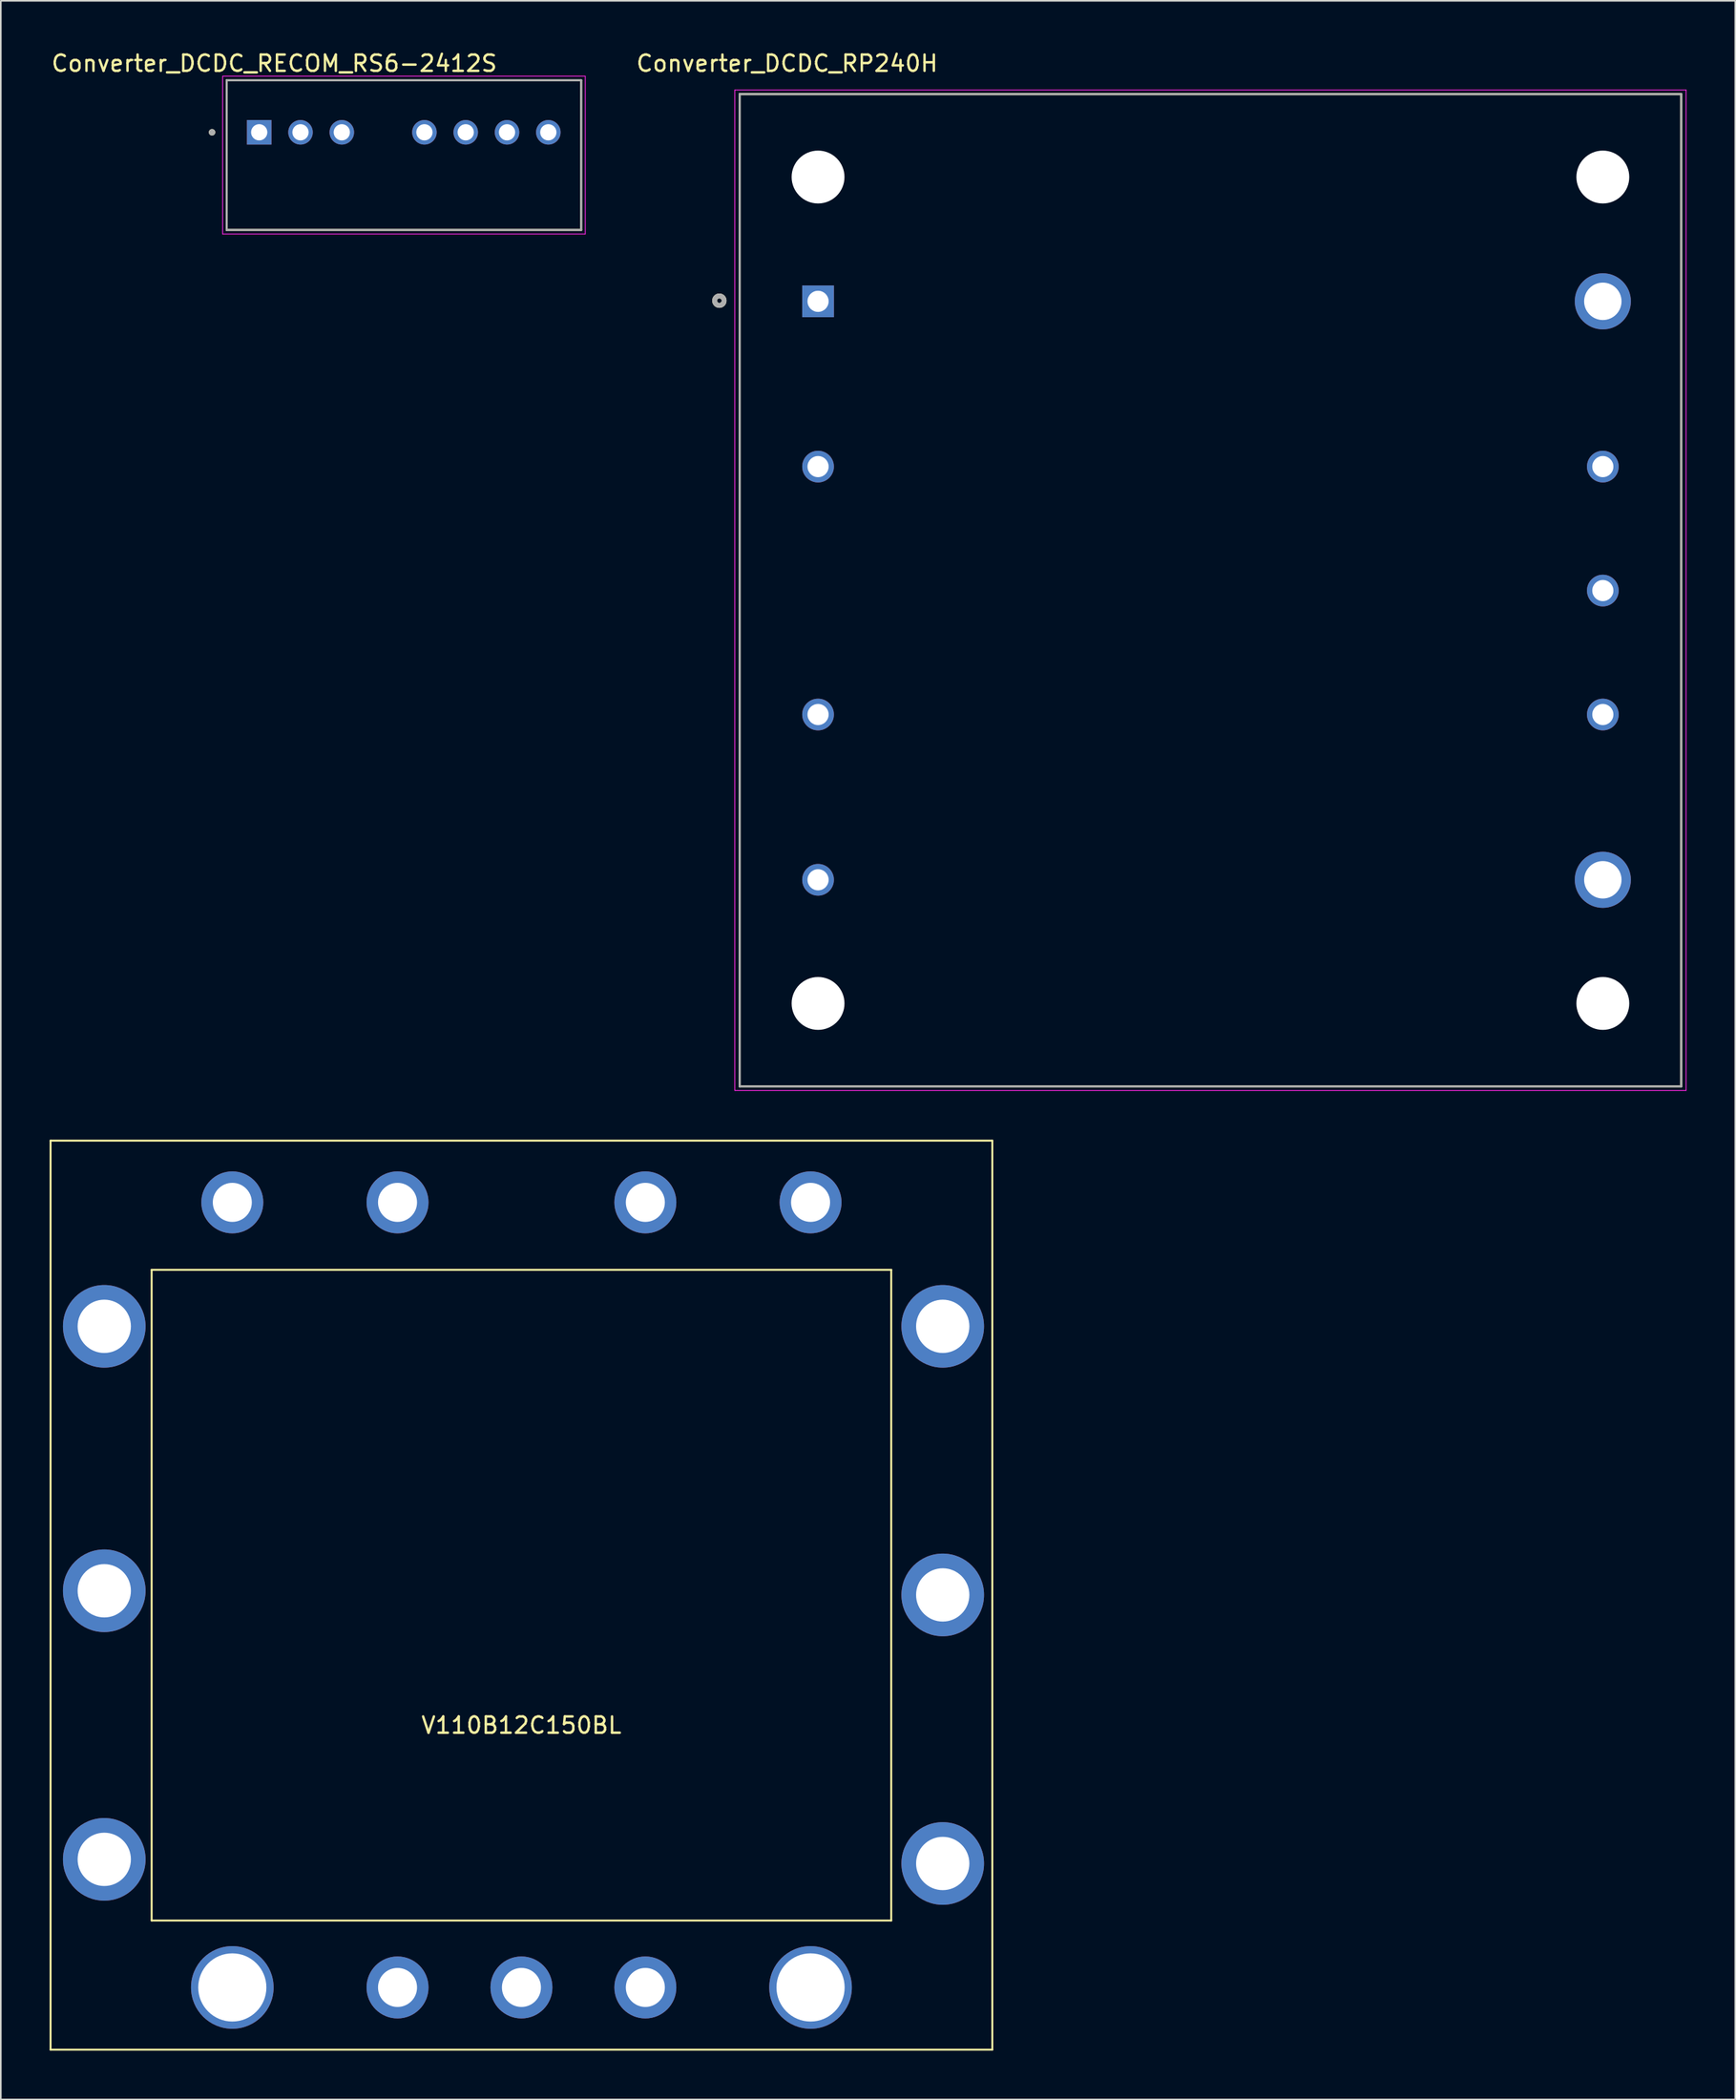
<source format=kicad_pcb>
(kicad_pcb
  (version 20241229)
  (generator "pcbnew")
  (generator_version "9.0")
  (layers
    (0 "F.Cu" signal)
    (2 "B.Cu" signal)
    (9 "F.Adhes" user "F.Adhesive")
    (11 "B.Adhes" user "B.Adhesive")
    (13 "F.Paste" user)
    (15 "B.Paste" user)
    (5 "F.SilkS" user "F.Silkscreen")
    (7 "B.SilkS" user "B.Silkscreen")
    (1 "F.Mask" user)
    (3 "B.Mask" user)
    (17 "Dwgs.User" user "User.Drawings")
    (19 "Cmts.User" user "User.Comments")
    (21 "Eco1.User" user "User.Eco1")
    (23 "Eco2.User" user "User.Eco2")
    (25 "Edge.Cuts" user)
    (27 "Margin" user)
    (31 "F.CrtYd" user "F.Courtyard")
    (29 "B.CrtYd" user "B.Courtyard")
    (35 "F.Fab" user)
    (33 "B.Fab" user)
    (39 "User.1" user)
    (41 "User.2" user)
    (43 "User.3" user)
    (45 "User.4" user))
  (footprint "V110B12C150BL"
    (layer "F.Cu")
    (at 29.016 94.992)
    (property "Reference" "V110B12C150BL" (at 0 8.016 180) (layer "F.SilkS") (effects (font (size 1 1) (thickness 0.15))))
    (attr through_hole)
    (fp_line (start -28.956 -27.924) (end -28.956 27.956) (stroke (width 0.12) (type solid)) (layer "F.SilkS"))
    (fp_line (start -28.956 -27.924) (end 28.956 -27.924) (stroke (width 0.12) (type solid)) (layer "F.SilkS"))
    (fp_line (start -28.956 27.956) (end 28.956 27.956) (stroke (width 0.12) (type solid)) (layer "F.SilkS"))
    (fp_line (start -22.74 -19.984) (end 22.74 -19.984) (stroke (width 0.12) (type solid)) (layer "F.SilkS"))
    (fp_line (start -22.74 20.016) (end -22.74 -19.984) (stroke (width 0.12) (type solid)) (layer "F.SilkS"))
    (fp_line (start -22.74 20.016) (end 22.74 20.016) (stroke (width 0.12) (type solid)) (layer "F.SilkS"))
    (fp_line (start 22.74 20.016) (end 22.74 -19.984) (stroke (width 0.12) (type solid)) (layer "F.SilkS"))
    (fp_line (start 28.956 -27.924) (end 28.956 27.956) (stroke (width 0.12) (type solid)) (layer "F.SilkS"))
    (pad "1" thru_hole circle (at -17.78 -24.13) (size 3.81 3.81) (drill 2.4) (layers "*.Cu" "*.Mask"))
    (pad "2" thru_hole circle (at -7.62 -24.13) (size 3.81 3.81) (drill 2.4) (layers "*.Cu" "*.Mask"))
    (pad "3" thru_hole circle (at 7.62 -24.13) (size 3.81 3.81) (drill 2.4) (layers "*.Cu" "*.Mask"))
    (pad "4" thru_hole circle (at 17.78 -24.13) (size 3.81 3.81) (drill 2.4) (layers "*.Cu" "*.Mask"))
    (pad "5" thru_hole circle (at 17.78 24.13) (size 5.08 5.08) (drill 4.191) (layers "*.Cu" "*.Mask"))
    (pad "6" thru_hole circle (at 7.62 24.13) (size 3.81 3.81) (drill 2.4) (layers "*.Cu" "*.Mask"))
    (pad "7" thru_hole circle (at 0 24.13) (size 3.81 3.81) (drill 2.4) (layers "*.Cu" "*.Mask"))
    (pad "8" thru_hole circle (at -7.62 24.13) (size 3.81 3.81) (drill 2.4) (layers "*.Cu" "*.Mask"))
    (pad "9" thru_hole circle (at -17.78 24.13) (size 5.08 5.08) (drill 4.191) (layers "*.Cu" "*.Mask"))
    (pad "10" thru_hole circle (at -25.654 -16.51) (size 5.08 5.08) (drill 3.277) (layers "*.Cu" "*.Mask"))
    (pad "11" thru_hole circle (at -25.654 -0.254) (size 5.08 5.08) (drill 3.277) (layers "*.Cu" "*.Mask"))
    (pad "12" thru_hole circle (at -25.654 16.256) (size 5.08 5.08) (drill 3.277) (layers "*.Cu" "*.Mask"))
    (pad "13" thru_hole circle (at 25.908 -16.51) (size 5.08 5.08) (drill 3.277) (layers "*.Cu" "*.Mask"))
    (pad "14" thru_hole circle (at 25.908 0) (size 5.08 5.08) (drill 3.277) (layers "*.Cu" "*.Mask"))
    (pad "15" thru_hole circle (at 25.908 16.51) (size 5.08 5.08) (drill 3.277) (layers "*.Cu" "*.Mask")))
  (footprint "Converter_DCDC_RP240H"
    (layer "F.Cu")
    (at 71.387 33.233)
    (property "Reference" "Converter_DCDC_RP240H" (at -26.035 -32.385 0) (layer "F.SilkS") (effects (font (size 1 1) (thickness 0.15))))
    (attr through_hole)
    (fp_line (start -28.95 -30.5) (end -28.95 30.5) (stroke (width 0.127) (type solid)) (layer "F.SilkS"))
    (fp_line (start -28.95 30.5) (end 28.95 30.5) (stroke (width 0.127) (type solid)) (layer "F.SilkS"))
    (fp_line (start 28.95 -30.5) (end -28.95 -30.5) (stroke (width 0.127) (type solid)) (layer "F.SilkS"))
    (fp_line (start 28.95 30.5) (end 28.95 -30.5) (stroke (width 0.127) (type solid)) (layer "F.SilkS"))
    (fp_circle (center -30.2 -17.8) (end -30.059 -17.8) (stroke (width 0.3) (type solid)) (fill no) (layer "F.SilkS"))
    (fp_line (start -29.25 -30.75) (end 29.25 -30.75) (stroke (width 0.05) (type solid)) (layer "F.CrtYd"))
    (fp_line (start -29.25 30.75) (end -29.25 -30.75) (stroke (width 0.05) (type solid)) (layer "F.CrtYd"))
    (fp_line (start 29.25 -30.75) (end 29.25 30.75) (stroke (width 0.05) (type solid)) (layer "F.CrtYd"))
    (fp_line (start 29.25 30.75) (end -29.25 30.75) (stroke (width 0.05) (type solid)) (layer "F.CrtYd"))
    (fp_line (start -28.95 -30.5) (end -28.95 30.5) (stroke (width 0.127) (type solid)) (layer "F.Fab"))
    (fp_line (start -28.95 30.5) (end 28.95 30.5) (stroke (width 0.127) (type solid)) (layer "F.Fab"))
    (fp_line (start 28.95 -30.5) (end -28.95 -30.5) (stroke (width 0.127) (type solid)) (layer "F.Fab"))
    (fp_line (start 28.95 30.5) (end 28.95 -30.5) (stroke (width 0.127) (type solid)) (layer "F.Fab"))
    (fp_circle (center -30.2 -17.8) (end -30.059 -17.8) (stroke (width 0.3) (type solid)) (fill no) (layer "F.Fab"))
    (pad "" np_thru_hole circle (at -24.13 -25.4) (size 3.25 3.25) (drill 3.25) (layers "*.Cu" "*.Mask"))
    (pad "" np_thru_hole circle (at -24.13 25.4) (size 3.25 3.25) (drill 3.25) (layers "*.Cu" "*.Mask"))
    (pad "" np_thru_hole circle (at 24.13 -25.4) (size 3.25 3.25) (drill 3.25) (layers "*.Cu" "*.Mask"))
    (pad "" np_thru_hole circle (at 24.13 25.4) (size 3.25 3.25) (drill 3.25) (layers "*.Cu" "*.Mask"))
    (pad "1" thru_hole rect (at -24.13 -17.76) (size 1.95 1.95) (drill 1.3) (layers "*.Cu" "*.Mask"))
    (pad "2" thru_hole circle (at -24.13 -7.6) (size 1.95 1.95) (drill 1.3) (layers "*.Cu" "*.Mask"))
    (pad "3" thru_hole circle (at -24.13 7.64) (size 1.95 1.95) (drill 1.3) (layers "*.Cu" "*.Mask"))
    (pad "4" thru_hole circle (at -24.13 17.8) (size 1.95 1.95) (drill 1.3) (layers "*.Cu" "*.Mask"))
    (pad "5" thru_hole circle (at 24.13 17.8) (size 3.45 3.45) (drill 2.3) (layers "*.Cu" "*.Mask"))
    (pad "6" thru_hole circle (at 24.13 7.64) (size 1.95 1.95) (drill 1.3) (layers "*.Cu" "*.Mask"))
    (pad "7" thru_hole circle (at 24.13 0.02) (size 1.95 1.95) (drill 1.3) (layers "*.Cu" "*.Mask"))
    (pad "8" thru_hole circle (at 24.13 -7.6) (size 1.95 1.95) (drill 1.3) (layers "*.Cu" "*.Mask"))
    (pad "9" thru_hole circle (at 24.13 -17.76) (size 3.45 3.45) (drill 2.3) (layers "*.Cu" "*.Mask")))
  (footprint "Converter_DCDC_RECOM_RS6-2412S"
    (layer "F.Cu")
    (at 21.79 6.483)
    (property "Reference" "Converter_DCDC_RECOM_RS6-2412S" (at -7.975 -5.635 0) (layer "F.SilkS") (effects (font (size 1 1) (thickness 0.15))))
    (attr through_hole)
    (fp_line (start -10.9 -4.6) (end -10.9 4.6) (stroke (width 0.127) (type solid)) (layer "F.SilkS"))
    (fp_line (start -10.9 -4.6) (end 10.9 -4.6) (stroke (width 0.127) (type solid)) (layer "F.SilkS"))
    (fp_line (start -10.9 4.6) (end 10.9 4.6) (stroke (width 0.127) (type solid)) (layer "F.SilkS"))
    (fp_line (start 10.9 4.6) (end 10.9 -4.6) (stroke (width 0.127) (type solid)) (layer "F.SilkS"))
    (fp_circle (center -11.8 -1.4) (end -11.7 -1.4) (stroke (width 0.2) (type solid)) (fill no) (layer "F.SilkS"))
    (fp_line (start -11.15 -4.85) (end 11.15 -4.85) (stroke (width 0.05) (type solid)) (layer "F.CrtYd"))
    (fp_line (start -11.15 4.85) (end -11.15 -4.85) (stroke (width 0.05) (type solid)) (layer "F.CrtYd"))
    (fp_line (start 11.15 -4.85) (end 11.15 4.85) (stroke (width 0.05) (type solid)) (layer "F.CrtYd"))
    (fp_line (start 11.15 4.85) (end -11.15 4.85) (stroke (width 0.05) (type solid)) (layer "F.CrtYd"))
    (fp_line (start -10.9 -4.6) (end -10.9 4.6) (stroke (width 0.127) (type solid)) (layer "F.Fab"))
    (fp_line (start -10.9 4.6) (end 10.9 4.6) (stroke (width 0.127) (type solid)) (layer "F.Fab"))
    (fp_line (start 10.9 -4.6) (end -10.9 -4.6) (stroke (width 0.127) (type solid)) (layer "F.Fab"))
    (fp_line (start 10.9 4.6) (end 10.9 -4.6) (stroke (width 0.127) (type solid)) (layer "F.Fab"))
    (fp_circle (center -11.8 -1.4) (end -11.7 -1.4) (stroke (width 0.2) (type solid)) (fill no) (layer "F.Fab"))
    (pad "1" thru_hole rect (at -8.9 -1.4) (size 1.508 1.508) (drill 1) (layers "*.Cu" "*.Mask"))
    (pad "2" thru_hole circle (at -6.36 -1.4) (size 1.508 1.508) (drill 1) (layers "*.Cu" "*.Mask"))
    (pad "3" thru_hole circle (at -3.82 -1.4) (size 1.508 1.508) (drill 1) (layers "*.Cu" "*.Mask"))
    (pad "5" thru_hole circle (at 1.26 -1.4) (size 1.508 1.508) (drill 1) (layers "*.Cu" "*.Mask"))
    (pad "6" thru_hole circle (at 3.8 -1.4) (size 1.508 1.508) (drill 1) (layers "*.Cu" "*.Mask"))
    (pad "7" thru_hole circle (at 6.34 -1.4) (size 1.508 1.508) (drill 1) (layers "*.Cu" "*.Mask"))
    (pad "8" thru_hole circle (at 8.88 -1.4) (size 1.508 1.508) (drill 1) (layers "*.Cu" "*.Mask")))
  (gr_rect
    (start -3 -3)
    (end 103.662 126.008)
    (stroke (width 0.1) (type default))
    (fill no)
    (layer "Edge.Cuts")))
</source>
